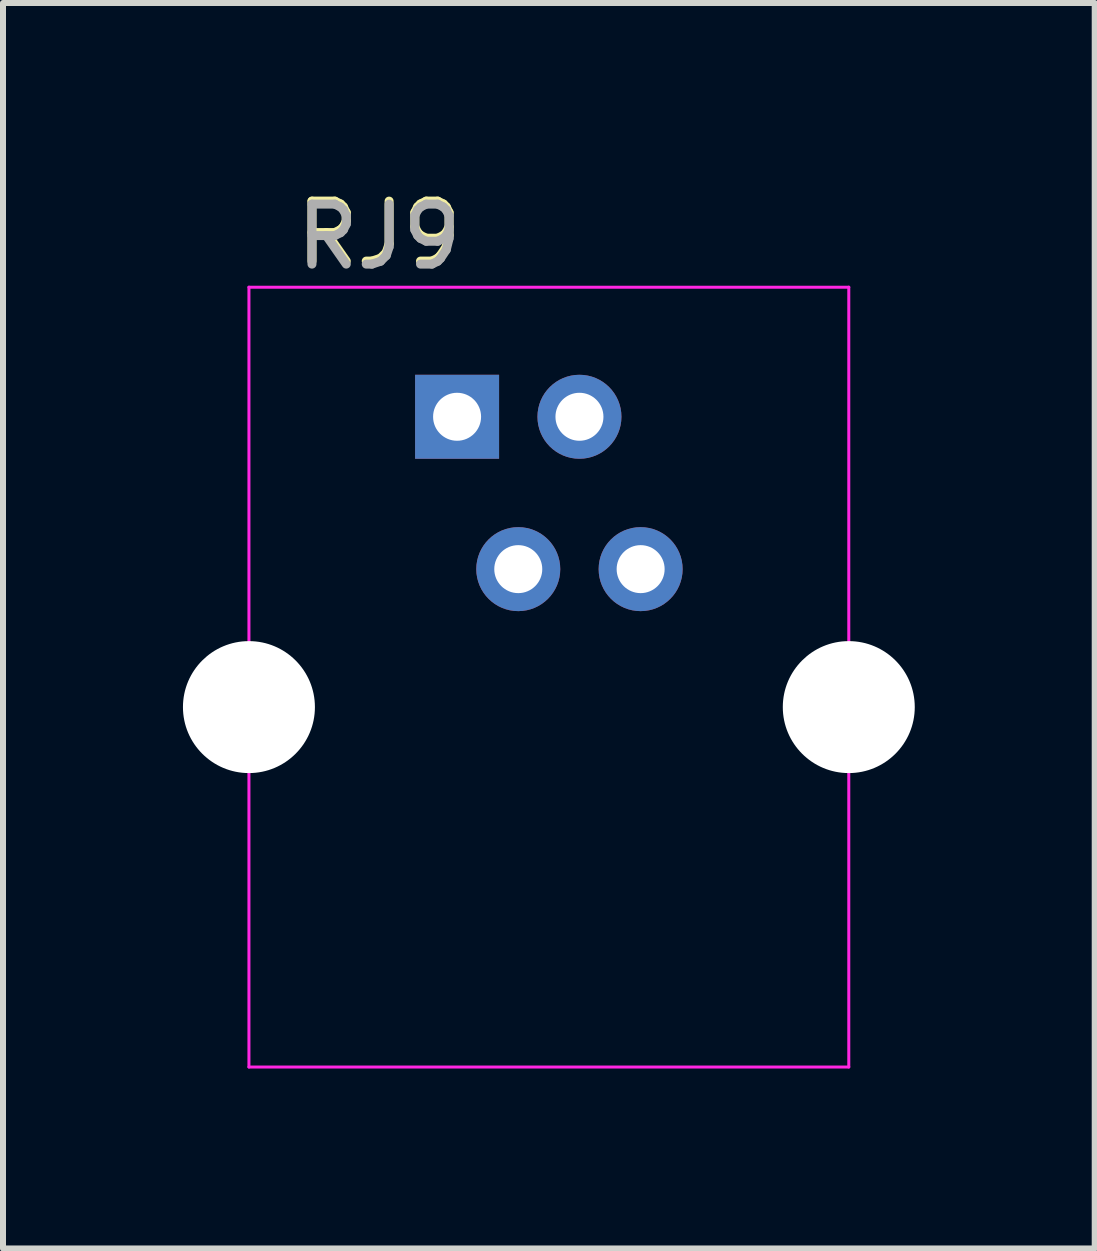
<source format=kicad_pcb>
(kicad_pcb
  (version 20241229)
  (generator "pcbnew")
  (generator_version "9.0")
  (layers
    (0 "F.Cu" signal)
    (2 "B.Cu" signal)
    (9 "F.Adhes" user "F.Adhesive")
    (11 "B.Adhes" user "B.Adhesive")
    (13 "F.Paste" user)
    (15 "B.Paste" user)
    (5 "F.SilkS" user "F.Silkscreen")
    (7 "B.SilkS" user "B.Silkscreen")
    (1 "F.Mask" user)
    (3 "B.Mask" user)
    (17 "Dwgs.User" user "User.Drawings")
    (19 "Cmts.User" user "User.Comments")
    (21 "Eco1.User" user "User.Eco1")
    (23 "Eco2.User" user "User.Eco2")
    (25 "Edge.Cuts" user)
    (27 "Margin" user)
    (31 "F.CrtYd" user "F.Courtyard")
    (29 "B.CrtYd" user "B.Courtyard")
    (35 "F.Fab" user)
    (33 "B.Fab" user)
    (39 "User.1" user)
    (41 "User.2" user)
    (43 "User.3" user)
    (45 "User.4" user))
  (footprint "RJ9"
    (layer "F.Cu")
    (at 4.57 3.898)
    (property "Reference" "RJ9" (at -1.3 -3.05 0) (layer "F.SilkS") (effects (font (size 1 1) (thickness 0.15))))
    (attr through_hole)
    (fp_line (start -3.47 -2.16) (end 6.53 -2.16) (stroke (width 0.05) (type solid)) (layer "F.CrtYd"))
    (fp_line (start -3.47 10.84) (end -3.47 -2.16) (stroke (width 0.05) (type solid)) (layer "F.CrtYd"))
    (fp_line (start -3.47 10.84) (end 6.53 10.84) (stroke (width 0.05) (type solid)) (layer "F.CrtYd"))
    (fp_line (start 6.53 10.84) (end 6.53 -2.16) (stroke (width 0.05) (type solid)) (layer "F.CrtYd"))
    (fp_text user "${REFERENCE}" (at -1.3 -3 0) (layer "F.Fab") (effects (font (size 1 1) (thickness 0.15))))
    (pad "" np_thru_hole circle (at -3.47 4.84) (size 2.2 2.2) (drill 2.2) (layers "*.Cu" "*.Mask"))
    (pad "" np_thru_hole circle (at 6.53 4.84) (size 2.2 2.2) (drill 2.2) (layers "*.Cu" "*.Mask"))
    (pad "1" thru_hole rect (at 0 0) (size 1.4 1.4) (drill 0.8) (layers "*.Cu" "*.Mask"))
    (pad "2" thru_hole circle (at 1.02 2.54) (size 1.4 1.4) (drill 0.8) (layers "*.Cu" "*.Mask"))
    (pad "3" thru_hole circle (at 2.04 0) (size 1.4 1.4) (drill 0.8) (layers "*.Cu" "*.Mask"))
    (pad "4" thru_hole circle (at 3.06 2.54) (size 1.4 1.4) (drill 0.8) (layers "*.Cu" "*.Mask")))
  (gr_rect
    (start -3 -3)
    (end 15.2 17.763)
    (stroke (width 0.1) (type default))
    (fill no)
    (layer "Edge.Cuts")))
</source>
